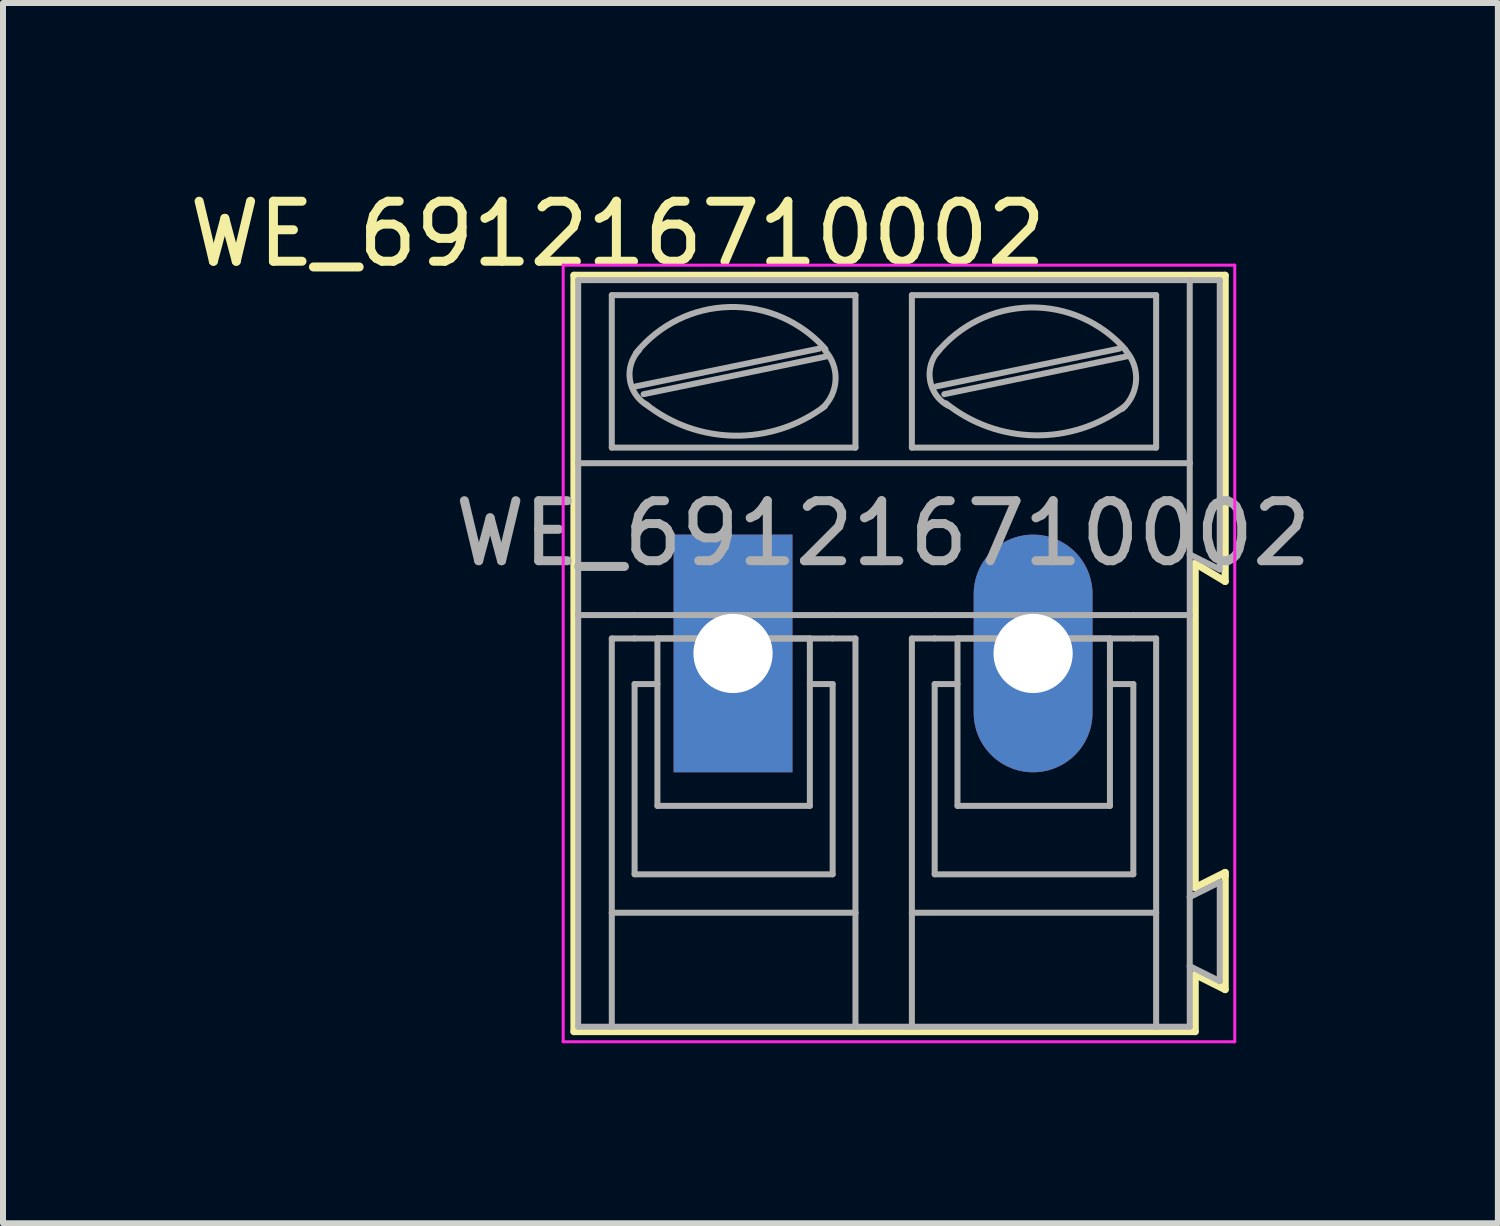
<source format=kicad_pcb>
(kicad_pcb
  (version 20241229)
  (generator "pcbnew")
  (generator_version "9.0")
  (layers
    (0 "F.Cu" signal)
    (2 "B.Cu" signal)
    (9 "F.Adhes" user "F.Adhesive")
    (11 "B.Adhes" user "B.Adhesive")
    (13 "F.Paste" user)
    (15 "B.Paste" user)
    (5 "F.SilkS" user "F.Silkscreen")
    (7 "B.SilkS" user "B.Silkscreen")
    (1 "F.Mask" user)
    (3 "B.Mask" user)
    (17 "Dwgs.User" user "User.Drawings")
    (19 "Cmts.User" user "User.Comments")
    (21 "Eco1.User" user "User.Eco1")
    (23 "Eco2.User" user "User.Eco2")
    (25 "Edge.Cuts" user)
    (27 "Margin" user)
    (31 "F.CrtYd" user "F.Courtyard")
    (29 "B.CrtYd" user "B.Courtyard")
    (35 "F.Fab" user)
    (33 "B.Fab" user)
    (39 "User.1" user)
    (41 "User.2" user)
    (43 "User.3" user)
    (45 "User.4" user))
  (footprint "WE_691216710002"
    (layer "F.Cu")
    (at 9.164 7.838)
    (property "Reference" "WE_691216710002" (at -1.92 -6.99 0) (layer "F.SilkS") (effects (font (size 1 1) (thickness 0.15))))
    (attr through_hole)
    (fp_line (start -2.65 -6.3) (end -2.65 6.3) (stroke (width 0.12) (type solid)) (layer "F.SilkS"))
    (fp_line (start -2.65 6.3) (end 7.7 6.3) (stroke (width 0.12) (type solid)) (layer "F.SilkS"))
    (fp_line (start 7.7 -1.5) (end 8.2 -1.2) (stroke (width 0.12) (type solid)) (layer "F.SilkS"))
    (fp_line (start 7.7 3.9) (end 7.7 -1.5) (stroke (width 0.12) (type solid)) (layer "F.SilkS"))
    (fp_line (start 7.7 5.35) (end 8.2 5.6) (stroke (width 0.12) (type solid)) (layer "F.SilkS"))
    (fp_line (start 7.7 6.3) (end 7.7 5.35) (stroke (width 0.12) (type solid)) (layer "F.SilkS"))
    (fp_line (start 8.2 -6.3) (end -2.65 -6.3) (stroke (width 0.12) (type solid)) (layer "F.SilkS"))
    (fp_line (start 8.2 -1.2) (end 8.2 -6.3) (stroke (width 0.12) (type solid)) (layer "F.SilkS"))
    (fp_line (start 8.2 3.65) (end 7.7 3.9) (stroke (width 0.12) (type solid)) (layer "F.SilkS"))
    (fp_line (start 8.2 3.7) (end 8.2 3.65) (stroke (width 0.12) (type solid)) (layer "F.SilkS"))
    (fp_line (start 8.2 5.6) (end 8.2 3.7) (stroke (width 0.12) (type solid)) (layer "F.SilkS"))
    (fp_line (start -2.83 -6.47) (end -2.83 6.47) (stroke (width 0.05) (type solid)) (layer "F.CrtYd"))
    (fp_line (start -2.83 -6.47) (end 8.36 -6.47) (stroke (width 0.05) (type solid)) (layer "F.CrtYd"))
    (fp_line (start 8.36 6.47) (end -2.83 6.47) (stroke (width 0.05) (type solid)) (layer "F.CrtYd"))
    (fp_line (start 8.36 6.47) (end 8.36 -6.47) (stroke (width 0.05) (type solid)) (layer "F.CrtYd"))
    (fp_line (start -2.58 -3.17) (end -2.58 -6.22) (stroke (width 0.1) (type solid)) (layer "F.Fab"))
    (fp_line (start -2.58 -3.17) (end 7.61 -3.17) (stroke (width 0.1) (type solid)) (layer "F.Fab"))
    (fp_line (start -2.58 -0.64) (end -2.58 -3.17) (stroke (width 0.1) (type solid)) (layer "F.Fab"))
    (fp_line (start -2.58 -0.64) (end -1.64 -0.64) (stroke (width 0.1) (type solid)) (layer "F.Fab"))
    (fp_line (start -2.58 6.22) (end -2.58 -0.64) (stroke (width 0.1) (type solid)) (layer "F.Fab"))
    (fp_line (start -2.58 6.22) (end -2.02 6.22) (stroke (width 0.1) (type solid)) (layer "F.Fab"))
    (fp_line (start -2.02 -3.43) (end -2.02 -5.97) (stroke (width 0.1) (type solid)) (layer "F.Fab"))
    (fp_line (start -2.02 -0.25) (end -2.02 4.32) (stroke (width 0.1) (type solid)) (layer "F.Fab"))
    (fp_line (start -2.02 -0.25) (end -1.64 -0.25) (stroke (width 0.1) (type solid)) (layer "F.Fab"))
    (fp_line (start -2.02 4.32) (end -2.02 6.22) (stroke (width 0.1) (type solid)) (layer "F.Fab"))
    (fp_line (start -2.02 6.22) (end 2.04 6.22) (stroke (width 0.1) (type solid)) (layer "F.Fab"))
    (fp_line (start -1.64 -0.64) (end 1.66 -0.64) (stroke (width 0.1) (type solid)) (layer "F.Fab"))
    (fp_line (start -1.64 0.51) (end -1.26 0.51) (stroke (width 0.1) (type solid)) (layer "F.Fab"))
    (fp_line (start -1.64 3.68) (end -1.64 0.51) (stroke (width 0.1) (type solid)) (layer "F.Fab"))
    (fp_line (start -1.62 -4.45) (end 1.44 -5.08) (stroke (width 0.1) (type solid)) (layer "F.Fab"))
    (fp_line (start -1.49 -4.32) (end 1.56 -4.95) (stroke (width 0.1) (type solid)) (layer "F.Fab"))
    (fp_line (start -1.26 -0.25) (end 1.28 -0.25) (stroke (width 0.1) (type solid)) (layer "F.Fab"))
    (fp_line (start -1.26 2.54) (end -1.26 -0.25) (stroke (width 0.1) (type solid)) (layer "F.Fab"))
    (fp_line (start -1.26 2.54) (end 1.28 2.54) (stroke (width 0.1) (type solid)) (layer "F.Fab"))
    (fp_line (start 1.28 2.54) (end 1.28 -0.25) (stroke (width 0.1) (type solid)) (layer "F.Fab"))
    (fp_line (start 1.66 -0.64) (end 3.36 -0.64) (stroke (width 0.1) (type solid)) (layer "F.Fab"))
    (fp_line (start 1.66 -0.25) (end -1.64 -0.25) (stroke (width 0.1) (type solid)) (layer "F.Fab"))
    (fp_line (start 1.66 0.51) (end 1.28 0.51) (stroke (width 0.1) (type solid)) (layer "F.Fab"))
    (fp_line (start 1.66 3.68) (end -1.64 3.68) (stroke (width 0.1) (type solid)) (layer "F.Fab"))
    (fp_line (start 1.66 3.68) (end 1.66 0.51) (stroke (width 0.1) (type solid)) (layer "F.Fab"))
    (fp_line (start 2.04 -5.97) (end -2.02 -5.97) (stroke (width 0.1) (type solid)) (layer "F.Fab"))
    (fp_line (start 2.04 -3.43) (end -2.02 -3.43) (stroke (width 0.1) (type solid)) (layer "F.Fab"))
    (fp_line (start 2.04 -3.43) (end 2.04 -5.97) (stroke (width 0.1) (type solid)) (layer "F.Fab"))
    (fp_line (start 2.04 -0.25) (end 1.66 -0.25) (stroke (width 0.1) (type solid)) (layer "F.Fab"))
    (fp_line (start 2.04 4.32) (end -2.02 4.32) (stroke (width 0.1) (type solid)) (layer "F.Fab"))
    (fp_line (start 2.04 4.32) (end 2.04 -0.25) (stroke (width 0.1) (type solid)) (layer "F.Fab"))
    (fp_line (start 2.04 6.22) (end 2.04 4.32) (stroke (width 0.1) (type solid)) (layer "F.Fab"))
    (fp_line (start 2.04 6.22) (end 2.98 6.22) (stroke (width 0.1) (type solid)) (layer "F.Fab"))
    (fp_line (start 2.98 -5.97) (end 7.05 -5.97) (stroke (width 0.1) (type solid)) (layer "F.Fab"))
    (fp_line (start 2.98 -3.43) (end 2.98 -5.97) (stroke (width 0.1) (type solid)) (layer "F.Fab"))
    (fp_line (start 2.98 -0.25) (end 3.36 -0.25) (stroke (width 0.1) (type solid)) (layer "F.Fab"))
    (fp_line (start 2.98 4.32) (end 2.98 -0.25) (stroke (width 0.1) (type solid)) (layer "F.Fab"))
    (fp_line (start 2.98 4.32) (end 7.05 4.32) (stroke (width 0.1) (type solid)) (layer "F.Fab"))
    (fp_line (start 2.98 6.22) (end 2.98 4.32) (stroke (width 0.1) (type solid)) (layer "F.Fab"))
    (fp_line (start 2.98 6.22) (end 7.05 6.22) (stroke (width 0.1) (type solid)) (layer "F.Fab"))
    (fp_line (start 3.36 -0.25) (end 6.67 -0.25) (stroke (width 0.1) (type solid)) (layer "F.Fab"))
    (fp_line (start 3.36 0.51) (end 3.74 0.51) (stroke (width 0.1) (type solid)) (layer "F.Fab"))
    (fp_line (start 3.36 3.68) (end 3.36 0.51) (stroke (width 0.1) (type solid)) (layer "F.Fab"))
    (fp_line (start 3.39 -4.45) (end 6.44 -5.08) (stroke (width 0.1) (type solid)) (layer "F.Fab"))
    (fp_line (start 3.52 -4.32) (end 6.56 -4.95) (stroke (width 0.1) (type solid)) (layer "F.Fab"))
    (fp_line (start 3.74 -0.25) (end 6.28 -0.25) (stroke (width 0.1) (type solid)) (layer "F.Fab"))
    (fp_line (start 3.74 2.54) (end 3.74 -0.25) (stroke (width 0.1) (type solid)) (layer "F.Fab"))
    (fp_line (start 3.74 2.54) (end 6.28 2.54) (stroke (width 0.1) (type solid)) (layer "F.Fab"))
    (fp_line (start 6.28 2.54) (end 6.28 -0.25) (stroke (width 0.1) (type solid)) (layer "F.Fab"))
    (fp_line (start 6.67 -0.64) (end 3.36 -0.64) (stroke (width 0.1) (type solid)) (layer "F.Fab"))
    (fp_line (start 6.67 0.51) (end 6.28 0.51) (stroke (width 0.1) (type solid)) (layer "F.Fab"))
    (fp_line (start 6.67 3.68) (end 3.36 3.68) (stroke (width 0.1) (type solid)) (layer "F.Fab"))
    (fp_line (start 6.67 3.68) (end 6.67 0.51) (stroke (width 0.1) (type solid)) (layer "F.Fab"))
    (fp_line (start 7.05 -5.97) (end 7.05 -3.43) (stroke (width 0.1) (type solid)) (layer "F.Fab"))
    (fp_line (start 7.05 -3.43) (end 2.98 -3.43) (stroke (width 0.1) (type solid)) (layer "F.Fab"))
    (fp_line (start 7.05 -0.25) (end 6.67 -0.25) (stroke (width 0.1) (type solid)) (layer "F.Fab"))
    (fp_line (start 7.05 -0.25) (end 7.05 4.32) (stroke (width 0.1) (type solid)) (layer "F.Fab"))
    (fp_line (start 7.05 4.32) (end 7.05 6.22) (stroke (width 0.1) (type solid)) (layer "F.Fab"))
    (fp_line (start 7.05 6.22) (end 7.61 6.22) (stroke (width 0.1) (type solid)) (layer "F.Fab"))
    (fp_line (start 7.61 -6.22) (end -2.58 -6.22) (stroke (width 0.1) (type solid)) (layer "F.Fab"))
    (fp_line (start 7.61 -6.22) (end 7.61 -3.17) (stroke (width 0.1) (type solid)) (layer "F.Fab"))
    (fp_line (start 7.61 -6.22) (end 8.11 -6.22) (stroke (width 0.1) (type solid)) (layer "F.Fab"))
    (fp_line (start 7.61 -3.17) (end 7.61 -1.65) (stroke (width 0.1) (type solid)) (layer "F.Fab"))
    (fp_line (start 7.61 -1.65) (end 7.61 -0.64) (stroke (width 0.1) (type solid)) (layer "F.Fab"))
    (fp_line (start 7.61 -0.64) (end 6.67 -0.64) (stroke (width 0.1) (type solid)) (layer "F.Fab"))
    (fp_line (start 7.61 -0.64) (end 7.61 4.06) (stroke (width 0.1) (type solid)) (layer "F.Fab"))
    (fp_line (start 7.61 4.06) (end 7.61 5.21) (stroke (width 0.1) (type solid)) (layer "F.Fab"))
    (fp_line (start 7.61 5.21) (end 7.61 6.22) (stroke (width 0.1) (type solid)) (layer "F.Fab"))
    (fp_line (start 8.11 -6.22) (end 8.11 -1.4) (stroke (width 0.1) (type solid)) (layer "F.Fab"))
    (fp_line (start 8.11 -1.4) (end 7.61 -1.65) (stroke (width 0.1) (type solid)) (layer "F.Fab"))
    (fp_line (start 8.11 3.81) (end 7.61 4.06) (stroke (width 0.1) (type solid)) (layer "F.Fab"))
    (fp_line (start 8.11 3.81) (end 8.11 5.46) (stroke (width 0.1) (type solid)) (layer "F.Fab"))
    (fp_line (start 8.11 5.46) (end 7.61 5.21) (stroke (width 0.1) (type solid)) (layer "F.Fab"))
    (fp_arc (start -1.62 -5) (mid -0.05669 -5.772528) (end 1.539976 -5.071534) (stroke (width 0.1) (type solid)) (layer "F.Fab"))
    (fp_arc (start -1.42 -4.13) (mid -1.718466 -4.559406) (end -1.562972 -5.058699) (stroke (width 0.1) (type solid)) (layer "F.Fab"))
    (fp_arc (start 1.53 -5.05) (mid 1.708693 -4.558754) (end 1.485619 -4.086005) (stroke (width 0.1) (type solid)) (layer "F.Fab"))
    (fp_arc (start 1.53 -4.12) (mid 0.02849 -3.628196) (end -1.459829 -4.158582) (stroke (width 0.1) (type solid)) (layer "F.Fab"))
    (fp_arc (start 3.39 -5) (mid 4.949737 -5.764867) (end 6.538239 -5.061686) (stroke (width 0.1) (type solid)) (layer "F.Fab"))
    (fp_arc (start 3.58 -4.13) (mid 3.281534 -4.559406) (end 3.437028 -5.058699) (stroke (width 0.1) (type solid)) (layer "F.Fab"))
    (fp_arc (start 6.53 -4.12) (mid 5.030583 -3.634318) (end 3.547667 -4.168263) (stroke (width 0.1) (type solid)) (layer "F.Fab"))
    (fp_arc (start 6.54 -5.05) (mid 6.715733 -4.551652) (end 6.485532 -4.076005) (stroke (width 0.1) (type solid)) (layer "F.Fab"))
    (fp_text user "${REFERENCE}" (at 2.5 -2 0) (layer "F.Fab") (effects (font (size 1 1) (thickness 0.15))))
    (pad "1" thru_hole rect (at 0 0) (size 1.98 3.96) (drill 1.32) (layers "*.Cu" "*.Mask"))
    (pad "2" thru_hole oval (at 5 0) (size 1.98 3.96) (drill 1.32) (layers "*.Cu" "*.Mask")))
  (gr_rect
    (start -3 -3)
    (end 21.908 17.333)
    (stroke (width 0.1) (type default))
    (fill no)
    (layer "Edge.Cuts")))
</source>
